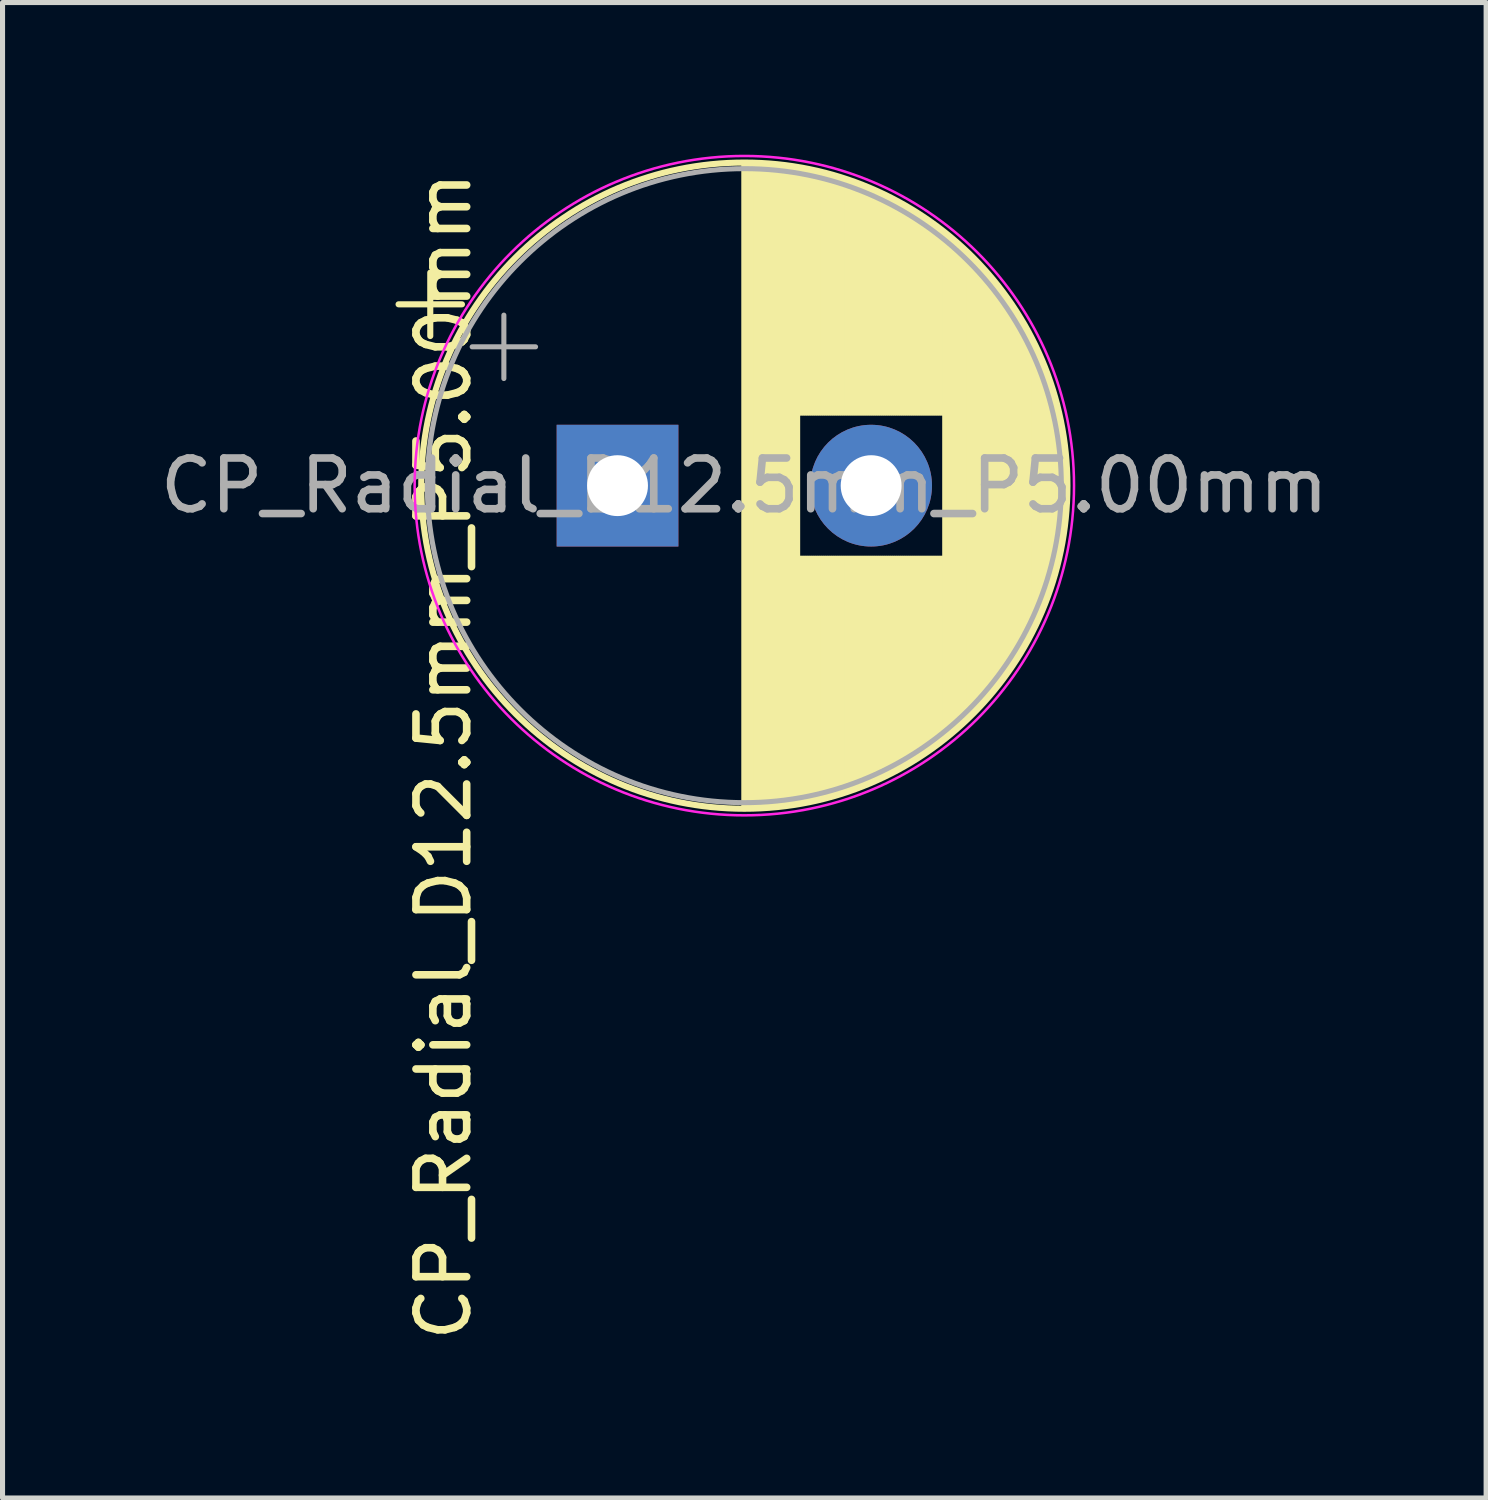
<source format=kicad_pcb>
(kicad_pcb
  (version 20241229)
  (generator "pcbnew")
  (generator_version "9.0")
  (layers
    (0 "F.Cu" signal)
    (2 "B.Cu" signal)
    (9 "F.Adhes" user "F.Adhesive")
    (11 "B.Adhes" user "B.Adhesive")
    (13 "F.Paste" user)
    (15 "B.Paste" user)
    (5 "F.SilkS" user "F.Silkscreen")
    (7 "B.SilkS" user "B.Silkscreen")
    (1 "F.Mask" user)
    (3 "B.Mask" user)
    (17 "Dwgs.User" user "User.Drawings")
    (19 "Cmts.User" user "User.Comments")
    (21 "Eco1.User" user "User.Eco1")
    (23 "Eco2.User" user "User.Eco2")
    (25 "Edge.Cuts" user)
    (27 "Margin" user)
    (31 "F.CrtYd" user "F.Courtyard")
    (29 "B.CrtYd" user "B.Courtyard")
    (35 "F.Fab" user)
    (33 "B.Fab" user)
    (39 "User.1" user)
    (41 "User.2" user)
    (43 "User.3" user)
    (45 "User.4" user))
  (footprint "CP_Radial_D12.5mm_P5.00mm"
    (layer "F.Cu")
    (at 9.125 6.525)
    (property "Reference" "CP_Radial_D12.5mm_P5.00mm" (at -3.429 5.334 90) (layer "F.SilkS") (effects (font (size 1 1) (thickness 0.15))))
    (attr through_hole)
    (fp_line (start -4.317 -3.575) (end -3.067 -3.575) (stroke (width 0.12) (type solid)) (layer "F.SilkS"))
    (fp_line (start -3.692 -4.2) (end -3.692 -2.95) (stroke (width 0.12) (type solid)) (layer "F.SilkS"))
    (fp_line (start 2.5 -6.33) (end 2.5 6.33) (stroke (width 0.12) (type solid)) (layer "F.SilkS"))
    (fp_line (start 2.54 -6.33) (end 2.54 6.33) (stroke (width 0.12) (type solid)) (layer "F.SilkS"))
    (fp_line (start 2.58 -6.33) (end 2.58 6.33) (stroke (width 0.12) (type solid)) (layer "F.SilkS"))
    (fp_line (start 2.62 -6.329) (end 2.62 6.329) (stroke (width 0.12) (type solid)) (layer "F.SilkS"))
    (fp_line (start 2.66 -6.328) (end 2.66 6.328) (stroke (width 0.12) (type solid)) (layer "F.SilkS"))
    (fp_line (start 2.7 -6.327) (end 2.7 6.327) (stroke (width 0.12) (type solid)) (layer "F.SilkS"))
    (fp_line (start 2.74 -6.326) (end 2.74 6.326) (stroke (width 0.12) (type solid)) (layer "F.SilkS"))
    (fp_line (start 2.78 -6.324) (end 2.78 6.324) (stroke (width 0.12) (type solid)) (layer "F.SilkS"))
    (fp_line (start 2.82 -6.322) (end 2.82 6.322) (stroke (width 0.12) (type solid)) (layer "F.SilkS"))
    (fp_line (start 2.86 -6.32) (end 2.86 6.32) (stroke (width 0.12) (type solid)) (layer "F.SilkS"))
    (fp_line (start 2.9 -6.318) (end 2.9 6.318) (stroke (width 0.12) (type solid)) (layer "F.SilkS"))
    (fp_line (start 2.94 -6.315) (end 2.94 6.315) (stroke (width 0.12) (type solid)) (layer "F.SilkS"))
    (fp_line (start 2.98 -6.312) (end 2.98 6.312) (stroke (width 0.12) (type solid)) (layer "F.SilkS"))
    (fp_line (start 3.02 -6.309) (end 3.02 6.309) (stroke (width 0.12) (type solid)) (layer "F.SilkS"))
    (fp_line (start 3.06 -6.306) (end 3.06 6.306) (stroke (width 0.12) (type solid)) (layer "F.SilkS"))
    (fp_line (start 3.1 -6.302) (end 3.1 6.302) (stroke (width 0.12) (type solid)) (layer "F.SilkS"))
    (fp_line (start 3.14 -6.298) (end 3.14 6.298) (stroke (width 0.12) (type solid)) (layer "F.SilkS"))
    (fp_line (start 3.18 -6.294) (end 3.18 6.294) (stroke (width 0.12) (type solid)) (layer "F.SilkS"))
    (fp_line (start 3.221 -6.29) (end 3.221 6.29) (stroke (width 0.12) (type solid)) (layer "F.SilkS"))
    (fp_line (start 3.261 -6.285) (end 3.261 6.285) (stroke (width 0.12) (type solid)) (layer "F.SilkS"))
    (fp_line (start 3.301 -6.28) (end 3.301 6.28) (stroke (width 0.12) (type solid)) (layer "F.SilkS"))
    (fp_line (start 3.341 -6.275) (end 3.341 6.275) (stroke (width 0.12) (type solid)) (layer "F.SilkS"))
    (fp_line (start 3.381 -6.269) (end 3.381 6.269) (stroke (width 0.12) (type solid)) (layer "F.SilkS"))
    (fp_line (start 3.421 -6.264) (end 3.421 6.264) (stroke (width 0.12) (type solid)) (layer "F.SilkS"))
    (fp_line (start 3.461 -6.258) (end 3.461 6.258) (stroke (width 0.12) (type solid)) (layer "F.SilkS"))
    (fp_line (start 3.501 -6.252) (end 3.501 6.252) (stroke (width 0.12) (type solid)) (layer "F.SilkS"))
    (fp_line (start 3.541 -6.245) (end 3.541 6.245) (stroke (width 0.12) (type solid)) (layer "F.SilkS"))
    (fp_line (start 3.581 -6.238) (end 3.581 -1.44) (stroke (width 0.12) (type solid)) (layer "F.SilkS"))
    (fp_line (start 3.581 1.44) (end 3.581 6.238) (stroke (width 0.12) (type solid)) (layer "F.SilkS"))
    (fp_line (start 3.621 -6.231) (end 3.621 -1.44) (stroke (width 0.12) (type solid)) (layer "F.SilkS"))
    (fp_line (start 3.621 1.44) (end 3.621 6.231) (stroke (width 0.12) (type solid)) (layer "F.SilkS"))
    (fp_line (start 3.661 -6.224) (end 3.661 -1.44) (stroke (width 0.12) (type solid)) (layer "F.SilkS"))
    (fp_line (start 3.661 1.44) (end 3.661 6.224) (stroke (width 0.12) (type solid)) (layer "F.SilkS"))
    (fp_line (start 3.701 -6.216) (end 3.701 -1.44) (stroke (width 0.12) (type solid)) (layer "F.SilkS"))
    (fp_line (start 3.701 1.44) (end 3.701 6.216) (stroke (width 0.12) (type solid)) (layer "F.SilkS"))
    (fp_line (start 3.741 -6.209) (end 3.741 -1.44) (stroke (width 0.12) (type solid)) (layer "F.SilkS"))
    (fp_line (start 3.741 1.44) (end 3.741 6.209) (stroke (width 0.12) (type solid)) (layer "F.SilkS"))
    (fp_line (start 3.781 -6.201) (end 3.781 -1.44) (stroke (width 0.12) (type solid)) (layer "F.SilkS"))
    (fp_line (start 3.781 1.44) (end 3.781 6.201) (stroke (width 0.12) (type solid)) (layer "F.SilkS"))
    (fp_line (start 3.821 -6.192) (end 3.821 -1.44) (stroke (width 0.12) (type solid)) (layer "F.SilkS"))
    (fp_line (start 3.821 1.44) (end 3.821 6.192) (stroke (width 0.12) (type solid)) (layer "F.SilkS"))
    (fp_line (start 3.861 -6.184) (end 3.861 -1.44) (stroke (width 0.12) (type solid)) (layer "F.SilkS"))
    (fp_line (start 3.861 1.44) (end 3.861 6.184) (stroke (width 0.12) (type solid)) (layer "F.SilkS"))
    (fp_line (start 3.901 -6.175) (end 3.901 -1.44) (stroke (width 0.12) (type solid)) (layer "F.SilkS"))
    (fp_line (start 3.901 1.44) (end 3.901 6.175) (stroke (width 0.12) (type solid)) (layer "F.SilkS"))
    (fp_line (start 3.941 -6.166) (end 3.941 -1.44) (stroke (width 0.12) (type solid)) (layer "F.SilkS"))
    (fp_line (start 3.941 1.44) (end 3.941 6.166) (stroke (width 0.12) (type solid)) (layer "F.SilkS"))
    (fp_line (start 3.981 -6.156) (end 3.981 -1.44) (stroke (width 0.12) (type solid)) (layer "F.SilkS"))
    (fp_line (start 3.981 1.44) (end 3.981 6.156) (stroke (width 0.12) (type solid)) (layer "F.SilkS"))
    (fp_line (start 4.021 -6.146) (end 4.021 -1.44) (stroke (width 0.12) (type solid)) (layer "F.SilkS"))
    (fp_line (start 4.021 1.44) (end 4.021 6.146) (stroke (width 0.12) (type solid)) (layer "F.SilkS"))
    (fp_line (start 4.061 -6.137) (end 4.061 -1.44) (stroke (width 0.12) (type solid)) (layer "F.SilkS"))
    (fp_line (start 4.061 1.44) (end 4.061 6.137) (stroke (width 0.12) (type solid)) (layer "F.SilkS"))
    (fp_line (start 4.101 -6.126) (end 4.101 -1.44) (stroke (width 0.12) (type solid)) (layer "F.SilkS"))
    (fp_line (start 4.101 1.44) (end 4.101 6.126) (stroke (width 0.12) (type solid)) (layer "F.SilkS"))
    (fp_line (start 4.141 -6.116) (end 4.141 -1.44) (stroke (width 0.12) (type solid)) (layer "F.SilkS"))
    (fp_line (start 4.141 1.44) (end 4.141 6.116) (stroke (width 0.12) (type solid)) (layer "F.SilkS"))
    (fp_line (start 4.181 -6.105) (end 4.181 -1.44) (stroke (width 0.12) (type solid)) (layer "F.SilkS"))
    (fp_line (start 4.181 1.44) (end 4.181 6.105) (stroke (width 0.12) (type solid)) (layer "F.SilkS"))
    (fp_line (start 4.221 -6.094) (end 4.221 -1.44) (stroke (width 0.12) (type solid)) (layer "F.SilkS"))
    (fp_line (start 4.221 1.44) (end 4.221 6.094) (stroke (width 0.12) (type solid)) (layer "F.SilkS"))
    (fp_line (start 4.261 -6.083) (end 4.261 -1.44) (stroke (width 0.12) (type solid)) (layer "F.SilkS"))
    (fp_line (start 4.261 1.44) (end 4.261 6.083) (stroke (width 0.12) (type solid)) (layer "F.SilkS"))
    (fp_line (start 4.301 -6.071) (end 4.301 -1.44) (stroke (width 0.12) (type solid)) (layer "F.SilkS"))
    (fp_line (start 4.301 1.44) (end 4.301 6.071) (stroke (width 0.12) (type solid)) (layer "F.SilkS"))
    (fp_line (start 4.341 -6.059) (end 4.341 -1.44) (stroke (width 0.12) (type solid)) (layer "F.SilkS"))
    (fp_line (start 4.341 1.44) (end 4.341 6.059) (stroke (width 0.12) (type solid)) (layer "F.SilkS"))
    (fp_line (start 4.381 -6.047) (end 4.381 -1.44) (stroke (width 0.12) (type solid)) (layer "F.SilkS"))
    (fp_line (start 4.381 1.44) (end 4.381 6.047) (stroke (width 0.12) (type solid)) (layer "F.SilkS"))
    (fp_line (start 4.421 -6.034) (end 4.421 -1.44) (stroke (width 0.12) (type solid)) (layer "F.SilkS"))
    (fp_line (start 4.421 1.44) (end 4.421 6.034) (stroke (width 0.12) (type solid)) (layer "F.SilkS"))
    (fp_line (start 4.461 -6.021) (end 4.461 -1.44) (stroke (width 0.12) (type solid)) (layer "F.SilkS"))
    (fp_line (start 4.461 1.44) (end 4.461 6.021) (stroke (width 0.12) (type solid)) (layer "F.SilkS"))
    (fp_line (start 4.501 -6.008) (end 4.501 -1.44) (stroke (width 0.12) (type solid)) (layer "F.SilkS"))
    (fp_line (start 4.501 1.44) (end 4.501 6.008) (stroke (width 0.12) (type solid)) (layer "F.SilkS"))
    (fp_line (start 4.541 -5.995) (end 4.541 -1.44) (stroke (width 0.12) (type solid)) (layer "F.SilkS"))
    (fp_line (start 4.541 1.44) (end 4.541 5.995) (stroke (width 0.12) (type solid)) (layer "F.SilkS"))
    (fp_line (start 4.581 -5.981) (end 4.581 -1.44) (stroke (width 0.12) (type solid)) (layer "F.SilkS"))
    (fp_line (start 4.581 1.44) (end 4.581 5.981) (stroke (width 0.12) (type solid)) (layer "F.SilkS"))
    (fp_line (start 4.621 -5.967) (end 4.621 -1.44) (stroke (width 0.12) (type solid)) (layer "F.SilkS"))
    (fp_line (start 4.621 1.44) (end 4.621 5.967) (stroke (width 0.12) (type solid)) (layer "F.SilkS"))
    (fp_line (start 4.661 -5.953) (end 4.661 -1.44) (stroke (width 0.12) (type solid)) (layer "F.SilkS"))
    (fp_line (start 4.661 1.44) (end 4.661 5.953) (stroke (width 0.12) (type solid)) (layer "F.SilkS"))
    (fp_line (start 4.701 -5.939) (end 4.701 -1.44) (stroke (width 0.12) (type solid)) (layer "F.SilkS"))
    (fp_line (start 4.701 1.44) (end 4.701 5.939) (stroke (width 0.12) (type solid)) (layer "F.SilkS"))
    (fp_line (start 4.741 -5.924) (end 4.741 -1.44) (stroke (width 0.12) (type solid)) (layer "F.SilkS"))
    (fp_line (start 4.741 1.44) (end 4.741 5.924) (stroke (width 0.12) (type solid)) (layer "F.SilkS"))
    (fp_line (start 4.781 -5.908) (end 4.781 -1.44) (stroke (width 0.12) (type solid)) (layer "F.SilkS"))
    (fp_line (start 4.781 1.44) (end 4.781 5.908) (stroke (width 0.12) (type solid)) (layer "F.SilkS"))
    (fp_line (start 4.821 -5.893) (end 4.821 -1.44) (stroke (width 0.12) (type solid)) (layer "F.SilkS"))
    (fp_line (start 4.821 1.44) (end 4.821 5.893) (stroke (width 0.12) (type solid)) (layer "F.SilkS"))
    (fp_line (start 4.861 -5.877) (end 4.861 -1.44) (stroke (width 0.12) (type solid)) (layer "F.SilkS"))
    (fp_line (start 4.861 1.44) (end 4.861 5.877) (stroke (width 0.12) (type solid)) (layer "F.SilkS"))
    (fp_line (start 4.901 -5.861) (end 4.901 -1.44) (stroke (width 0.12) (type solid)) (layer "F.SilkS"))
    (fp_line (start 4.901 1.44) (end 4.901 5.861) (stroke (width 0.12) (type solid)) (layer "F.SilkS"))
    (fp_line (start 4.941 -5.845) (end 4.941 -1.44) (stroke (width 0.12) (type solid)) (layer "F.SilkS"))
    (fp_line (start 4.941 1.44) (end 4.941 5.845) (stroke (width 0.12) (type solid)) (layer "F.SilkS"))
    (fp_line (start 4.981 -5.828) (end 4.981 -1.44) (stroke (width 0.12) (type solid)) (layer "F.SilkS"))
    (fp_line (start 4.981 1.44) (end 4.981 5.828) (stroke (width 0.12) (type solid)) (layer "F.SilkS"))
    (fp_line (start 5.021 -5.811) (end 5.021 -1.44) (stroke (width 0.12) (type solid)) (layer "F.SilkS"))
    (fp_line (start 5.021 1.44) (end 5.021 5.811) (stroke (width 0.12) (type solid)) (layer "F.SilkS"))
    (fp_line (start 5.061 -5.793) (end 5.061 -1.44) (stroke (width 0.12) (type solid)) (layer "F.SilkS"))
    (fp_line (start 5.061 1.44) (end 5.061 5.793) (stroke (width 0.12) (type solid)) (layer "F.SilkS"))
    (fp_line (start 5.101 -5.776) (end 5.101 -1.44) (stroke (width 0.12) (type solid)) (layer "F.SilkS"))
    (fp_line (start 5.101 1.44) (end 5.101 5.776) (stroke (width 0.12) (type solid)) (layer "F.SilkS"))
    (fp_line (start 5.141 -5.758) (end 5.141 -1.44) (stroke (width 0.12) (type solid)) (layer "F.SilkS"))
    (fp_line (start 5.141 1.44) (end 5.141 5.758) (stroke (width 0.12) (type solid)) (layer "F.SilkS"))
    (fp_line (start 5.181 -5.739) (end 5.181 -1.44) (stroke (width 0.12) (type solid)) (layer "F.SilkS"))
    (fp_line (start 5.181 1.44) (end 5.181 5.739) (stroke (width 0.12) (type solid)) (layer "F.SilkS"))
    (fp_line (start 5.221 -5.721) (end 5.221 -1.44) (stroke (width 0.12) (type solid)) (layer "F.SilkS"))
    (fp_line (start 5.221 1.44) (end 5.221 5.721) (stroke (width 0.12) (type solid)) (layer "F.SilkS"))
    (fp_line (start 5.261 -5.702) (end 5.261 -1.44) (stroke (width 0.12) (type solid)) (layer "F.SilkS"))
    (fp_line (start 5.261 1.44) (end 5.261 5.702) (stroke (width 0.12) (type solid)) (layer "F.SilkS"))
    (fp_line (start 5.301 -5.682) (end 5.301 -1.44) (stroke (width 0.12) (type solid)) (layer "F.SilkS"))
    (fp_line (start 5.301 1.44) (end 5.301 5.682) (stroke (width 0.12) (type solid)) (layer "F.SilkS"))
    (fp_line (start 5.341 -5.662) (end 5.341 -1.44) (stroke (width 0.12) (type solid)) (layer "F.SilkS"))
    (fp_line (start 5.341 1.44) (end 5.341 5.662) (stroke (width 0.12) (type solid)) (layer "F.SilkS"))
    (fp_line (start 5.381 -5.642) (end 5.381 -1.44) (stroke (width 0.12) (type solid)) (layer "F.SilkS"))
    (fp_line (start 5.381 1.44) (end 5.381 5.642) (stroke (width 0.12) (type solid)) (layer "F.SilkS"))
    (fp_line (start 5.421 -5.622) (end 5.421 -1.44) (stroke (width 0.12) (type solid)) (layer "F.SilkS"))
    (fp_line (start 5.421 1.44) (end 5.421 5.622) (stroke (width 0.12) (type solid)) (layer "F.SilkS"))
    (fp_line (start 5.461 -5.601) (end 5.461 -1.44) (stroke (width 0.12) (type solid)) (layer "F.SilkS"))
    (fp_line (start 5.461 1.44) (end 5.461 5.601) (stroke (width 0.12) (type solid)) (layer "F.SilkS"))
    (fp_line (start 5.501 -5.58) (end 5.501 -1.44) (stroke (width 0.12) (type solid)) (layer "F.SilkS"))
    (fp_line (start 5.501 1.44) (end 5.501 5.58) (stroke (width 0.12) (type solid)) (layer "F.SilkS"))
    (fp_line (start 5.541 -5.558) (end 5.541 -1.44) (stroke (width 0.12) (type solid)) (layer "F.SilkS"))
    (fp_line (start 5.541 1.44) (end 5.541 5.558) (stroke (width 0.12) (type solid)) (layer "F.SilkS"))
    (fp_line (start 5.581 -5.536) (end 5.581 -1.44) (stroke (width 0.12) (type solid)) (layer "F.SilkS"))
    (fp_line (start 5.581 1.44) (end 5.581 5.536) (stroke (width 0.12) (type solid)) (layer "F.SilkS"))
    (fp_line (start 5.621 -5.514) (end 5.621 -1.44) (stroke (width 0.12) (type solid)) (layer "F.SilkS"))
    (fp_line (start 5.621 1.44) (end 5.621 5.514) (stroke (width 0.12) (type solid)) (layer "F.SilkS"))
    (fp_line (start 5.661 -5.491) (end 5.661 -1.44) (stroke (width 0.12) (type solid)) (layer "F.SilkS"))
    (fp_line (start 5.661 1.44) (end 5.661 5.491) (stroke (width 0.12) (type solid)) (layer "F.SilkS"))
    (fp_line (start 5.701 -5.468) (end 5.701 -1.44) (stroke (width 0.12) (type solid)) (layer "F.SilkS"))
    (fp_line (start 5.701 1.44) (end 5.701 5.468) (stroke (width 0.12) (type solid)) (layer "F.SilkS"))
    (fp_line (start 5.741 -5.445) (end 5.741 -1.44) (stroke (width 0.12) (type solid)) (layer "F.SilkS"))
    (fp_line (start 5.741 1.44) (end 5.741 5.445) (stroke (width 0.12) (type solid)) (layer "F.SilkS"))
    (fp_line (start 5.781 -5.421) (end 5.781 -1.44) (stroke (width 0.12) (type solid)) (layer "F.SilkS"))
    (fp_line (start 5.781 1.44) (end 5.781 5.421) (stroke (width 0.12) (type solid)) (layer "F.SilkS"))
    (fp_line (start 5.821 -5.397) (end 5.821 -1.44) (stroke (width 0.12) (type solid)) (layer "F.SilkS"))
    (fp_line (start 5.821 1.44) (end 5.821 5.397) (stroke (width 0.12) (type solid)) (layer "F.SilkS"))
    (fp_line (start 5.861 -5.372) (end 5.861 -1.44) (stroke (width 0.12) (type solid)) (layer "F.SilkS"))
    (fp_line (start 5.861 1.44) (end 5.861 5.372) (stroke (width 0.12) (type solid)) (layer "F.SilkS"))
    (fp_line (start 5.901 -5.347) (end 5.901 -1.44) (stroke (width 0.12) (type solid)) (layer "F.SilkS"))
    (fp_line (start 5.901 1.44) (end 5.901 5.347) (stroke (width 0.12) (type solid)) (layer "F.SilkS"))
    (fp_line (start 5.941 -5.322) (end 5.941 -1.44) (stroke (width 0.12) (type solid)) (layer "F.SilkS"))
    (fp_line (start 5.941 1.44) (end 5.941 5.322) (stroke (width 0.12) (type solid)) (layer "F.SilkS"))
    (fp_line (start 5.981 -5.296) (end 5.981 -1.44) (stroke (width 0.12) (type solid)) (layer "F.SilkS"))
    (fp_line (start 5.981 1.44) (end 5.981 5.296) (stroke (width 0.12) (type solid)) (layer "F.SilkS"))
    (fp_line (start 6.021 -5.27) (end 6.021 -1.44) (stroke (width 0.12) (type solid)) (layer "F.SilkS"))
    (fp_line (start 6.021 1.44) (end 6.021 5.27) (stroke (width 0.12) (type solid)) (layer "F.SilkS"))
    (fp_line (start 6.061 -5.243) (end 6.061 -1.44) (stroke (width 0.12) (type solid)) (layer "F.SilkS"))
    (fp_line (start 6.061 1.44) (end 6.061 5.243) (stroke (width 0.12) (type solid)) (layer "F.SilkS"))
    (fp_line (start 6.101 -5.216) (end 6.101 -1.44) (stroke (width 0.12) (type solid)) (layer "F.SilkS"))
    (fp_line (start 6.101 1.44) (end 6.101 5.216) (stroke (width 0.12) (type solid)) (layer "F.SilkS"))
    (fp_line (start 6.141 -5.188) (end 6.141 -1.44) (stroke (width 0.12) (type solid)) (layer "F.SilkS"))
    (fp_line (start 6.141 1.44) (end 6.141 5.188) (stroke (width 0.12) (type solid)) (layer "F.SilkS"))
    (fp_line (start 6.181 -5.16) (end 6.181 -1.44) (stroke (width 0.12) (type solid)) (layer "F.SilkS"))
    (fp_line (start 6.181 1.44) (end 6.181 5.16) (stroke (width 0.12) (type solid)) (layer "F.SilkS"))
    (fp_line (start 6.221 -5.131) (end 6.221 -1.44) (stroke (width 0.12) (type solid)) (layer "F.SilkS"))
    (fp_line (start 6.221 1.44) (end 6.221 5.131) (stroke (width 0.12) (type solid)) (layer "F.SilkS"))
    (fp_line (start 6.261 -5.102) (end 6.261 -1.44) (stroke (width 0.12) (type solid)) (layer "F.SilkS"))
    (fp_line (start 6.261 1.44) (end 6.261 5.102) (stroke (width 0.12) (type solid)) (layer "F.SilkS"))
    (fp_line (start 6.301 -5.073) (end 6.301 -1.44) (stroke (width 0.12) (type solid)) (layer "F.SilkS"))
    (fp_line (start 6.301 1.44) (end 6.301 5.073) (stroke (width 0.12) (type solid)) (layer "F.SilkS"))
    (fp_line (start 6.341 -5.043) (end 6.341 -1.44) (stroke (width 0.12) (type solid)) (layer "F.SilkS"))
    (fp_line (start 6.341 1.44) (end 6.341 5.043) (stroke (width 0.12) (type solid)) (layer "F.SilkS"))
    (fp_line (start 6.381 -5.012) (end 6.381 -1.44) (stroke (width 0.12) (type solid)) (layer "F.SilkS"))
    (fp_line (start 6.381 1.44) (end 6.381 5.012) (stroke (width 0.12) (type solid)) (layer "F.SilkS"))
    (fp_line (start 6.421 -4.982) (end 6.421 -1.44) (stroke (width 0.12) (type solid)) (layer "F.SilkS"))
    (fp_line (start 6.421 1.44) (end 6.421 4.982) (stroke (width 0.12) (type solid)) (layer "F.SilkS"))
    (fp_line (start 6.461 -4.95) (end 6.461 4.95) (stroke (width 0.12) (type solid)) (layer "F.SilkS"))
    (fp_line (start 6.501 -4.918) (end 6.501 4.918) (stroke (width 0.12) (type solid)) (layer "F.SilkS"))
    (fp_line (start 6.541 -4.885) (end 6.541 4.885) (stroke (width 0.12) (type solid)) (layer "F.SilkS"))
    (fp_line (start 6.581 -4.852) (end 6.581 4.852) (stroke (width 0.12) (type solid)) (layer "F.SilkS"))
    (fp_line (start 6.621 -4.819) (end 6.621 4.819) (stroke (width 0.12) (type solid)) (layer "F.SilkS"))
    (fp_line (start 6.661 -4.785) (end 6.661 4.785) (stroke (width 0.12) (type solid)) (layer "F.SilkS"))
    (fp_line (start 6.701 -4.75) (end 6.701 4.75) (stroke (width 0.12) (type solid)) (layer "F.SilkS"))
    (fp_line (start 6.741 -4.714) (end 6.741 4.714) (stroke (width 0.12) (type solid)) (layer "F.SilkS"))
    (fp_line (start 6.781 -4.678) (end 6.781 4.678) (stroke (width 0.12) (type solid)) (layer "F.SilkS"))
    (fp_line (start 6.821 -4.642) (end 6.821 4.642) (stroke (width 0.12) (type solid)) (layer "F.SilkS"))
    (fp_line (start 6.861 -4.605) (end 6.861 4.605) (stroke (width 0.12) (type solid)) (layer "F.SilkS"))
    (fp_line (start 6.901 -4.567) (end 6.901 4.567) (stroke (width 0.12) (type solid)) (layer "F.SilkS"))
    (fp_line (start 6.941 -4.528) (end 6.941 4.528) (stroke (width 0.12) (type solid)) (layer "F.SilkS"))
    (fp_line (start 6.981 -4.489) (end 6.981 4.489) (stroke (width 0.12) (type solid)) (layer "F.SilkS"))
    (fp_line (start 7.021 -4.449) (end 7.021 4.449) (stroke (width 0.12) (type solid)) (layer "F.SilkS"))
    (fp_line (start 7.061 -4.408) (end 7.061 4.408) (stroke (width 0.12) (type solid)) (layer "F.SilkS"))
    (fp_line (start 7.101 -4.367) (end 7.101 4.367) (stroke (width 0.12) (type solid)) (layer "F.SilkS"))
    (fp_line (start 7.141 -4.325) (end 7.141 4.325) (stroke (width 0.12) (type solid)) (layer "F.SilkS"))
    (fp_line (start 7.181 -4.282) (end 7.181 4.282) (stroke (width 0.12) (type solid)) (layer "F.SilkS"))
    (fp_line (start 7.221 -4.238) (end 7.221 4.238) (stroke (width 0.12) (type solid)) (layer "F.SilkS"))
    (fp_line (start 7.261 -4.194) (end 7.261 4.194) (stroke (width 0.12) (type solid)) (layer "F.SilkS"))
    (fp_line (start 7.301 -4.148) (end 7.301 4.148) (stroke (width 0.12) (type solid)) (layer "F.SilkS"))
    (fp_line (start 7.341 -4.102) (end 7.341 4.102) (stroke (width 0.12) (type solid)) (layer "F.SilkS"))
    (fp_line (start 7.381 -4.055) (end 7.381 4.055) (stroke (width 0.12) (type solid)) (layer "F.SilkS"))
    (fp_line (start 7.421 -4.007) (end 7.421 4.007) (stroke (width 0.12) (type solid)) (layer "F.SilkS"))
    (fp_line (start 7.461 -3.957) (end 7.461 3.957) (stroke (width 0.12) (type solid)) (layer "F.SilkS"))
    (fp_line (start 7.501 -3.907) (end 7.501 3.907) (stroke (width 0.12) (type solid)) (layer "F.SilkS"))
    (fp_line (start 7.541 -3.856) (end 7.541 3.856) (stroke (width 0.12) (type solid)) (layer "F.SilkS"))
    (fp_line (start 7.581 -3.804) (end 7.581 3.804) (stroke (width 0.12) (type solid)) (layer "F.SilkS"))
    (fp_line (start 7.621 -3.75) (end 7.621 3.75) (stroke (width 0.12) (type solid)) (layer "F.SilkS"))
    (fp_line (start 7.661 -3.696) (end 7.661 3.696) (stroke (width 0.12) (type solid)) (layer "F.SilkS"))
    (fp_line (start 7.701 -3.64) (end 7.701 3.64) (stroke (width 0.12) (type solid)) (layer "F.SilkS"))
    (fp_line (start 7.741 -3.583) (end 7.741 3.583) (stroke (width 0.12) (type solid)) (layer "F.SilkS"))
    (fp_line (start 7.781 -3.524) (end 7.781 3.524) (stroke (width 0.12) (type solid)) (layer "F.SilkS"))
    (fp_line (start 7.821 -3.464) (end 7.821 3.464) (stroke (width 0.12) (type solid)) (layer "F.SilkS"))
    (fp_line (start 7.861 -3.402) (end 7.861 3.402) (stroke (width 0.12) (type solid)) (layer "F.SilkS"))
    (fp_line (start 7.901 -3.339) (end 7.901 3.339) (stroke (width 0.12) (type solid)) (layer "F.SilkS"))
    (fp_line (start 7.941 -3.275) (end 7.941 3.275) (stroke (width 0.12) (type solid)) (layer "F.SilkS"))
    (fp_line (start 7.981 -3.208) (end 7.981 3.208) (stroke (width 0.12) (type solid)) (layer "F.SilkS"))
    (fp_line (start 8.021 -3.14) (end 8.021 3.14) (stroke (width 0.12) (type solid)) (layer "F.SilkS"))
    (fp_line (start 8.061 -3.069) (end 8.061 3.069) (stroke (width 0.12) (type solid)) (layer "F.SilkS"))
    (fp_line (start 8.101 -2.996) (end 8.101 2.996) (stroke (width 0.12) (type solid)) (layer "F.SilkS"))
    (fp_line (start 8.141 -2.921) (end 8.141 2.921) (stroke (width 0.12) (type solid)) (layer "F.SilkS"))
    (fp_line (start 8.181 -2.844) (end 8.181 2.844) (stroke (width 0.12) (type solid)) (layer "F.SilkS"))
    (fp_line (start 8.221 -2.764) (end 8.221 2.764) (stroke (width 0.12) (type solid)) (layer "F.SilkS"))
    (fp_line (start 8.261 -2.681) (end 8.261 2.681) (stroke (width 0.12) (type solid)) (layer "F.SilkS"))
    (fp_line (start 8.301 -2.594) (end 8.301 2.594) (stroke (width 0.12) (type solid)) (layer "F.SilkS"))
    (fp_line (start 8.341 -2.504) (end 8.341 2.504) (stroke (width 0.12) (type solid)) (layer "F.SilkS"))
    (fp_line (start 8.381 -2.41) (end 8.381 2.41) (stroke (width 0.12) (type solid)) (layer "F.SilkS"))
    (fp_line (start 8.421 -2.312) (end 8.421 2.312) (stroke (width 0.12) (type solid)) (layer "F.SilkS"))
    (fp_line (start 8.461 -2.209) (end 8.461 2.209) (stroke (width 0.12) (type solid)) (layer "F.SilkS"))
    (fp_line (start 8.501 -2.1) (end 8.501 2.1) (stroke (width 0.12) (type solid)) (layer "F.SilkS"))
    (fp_line (start 8.541 -1.984) (end 8.541 1.984) (stroke (width 0.12) (type solid)) (layer "F.SilkS"))
    (fp_line (start 8.581 -1.861) (end 8.581 1.861) (stroke (width 0.12) (type solid)) (layer "F.SilkS"))
    (fp_line (start 8.621 -1.728) (end 8.621 1.728) (stroke (width 0.12) (type solid)) (layer "F.SilkS"))
    (fp_line (start 8.661 -1.583) (end 8.661 1.583) (stroke (width 0.12) (type solid)) (layer "F.SilkS"))
    (fp_line (start 8.701 -1.422) (end 8.701 1.422) (stroke (width 0.12) (type solid)) (layer "F.SilkS"))
    (fp_line (start 8.741 -1.241) (end 8.741 1.241) (stroke (width 0.12) (type solid)) (layer "F.SilkS"))
    (fp_line (start 8.781 -1.028) (end 8.781 1.028) (stroke (width 0.12) (type solid)) (layer "F.SilkS"))
    (fp_line (start 8.821 -0.757) (end 8.821 0.757) (stroke (width 0.12) (type solid)) (layer "F.SilkS"))
    (fp_line (start 8.861 -0.317) (end 8.861 0.317) (stroke (width 0.12) (type solid)) (layer "F.SilkS"))
    (fp_circle (center 2.5 0) (end 8.87 0) (stroke (width 0.12) (type solid)) (fill no) (layer "F.SilkS"))
    (fp_circle (center 2.5 0) (end 9 0) (stroke (width 0.05) (type solid)) (fill no) (layer "F.CrtYd"))
    (fp_line (start -2.866 -2.737) (end -1.616 -2.737) (stroke (width 0.1) (type solid)) (layer "F.Fab"))
    (fp_line (start -2.241 -3.362) (end -2.241 -2.112) (stroke (width 0.1) (type solid)) (layer "F.Fab"))
    (fp_circle (center 2.5 0) (end 8.75 0) (stroke (width 0.1) (type solid)) (fill no) (layer "F.Fab"))
    (fp_text user "${REFERENCE}" (at 2.5 0 0) (layer "F.Fab") (effects (font (size 1 1) (thickness 0.15))))
    (pad "1" thru_hole rect (at 0 0) (size 2.4 2.4) (drill 1.2) (layers "*.Cu" "*.Mask"))
    (pad "2" thru_hole circle (at 5 0) (size 2.4 2.4) (drill 1.2) (layers "*.Cu" "*.Mask")))
  (gr_rect
    (start -3 -3)
    (end 26.25 26.484)
    (stroke (width 0.1) (type default))
    (fill no)
    (layer "Edge.Cuts")))
</source>
